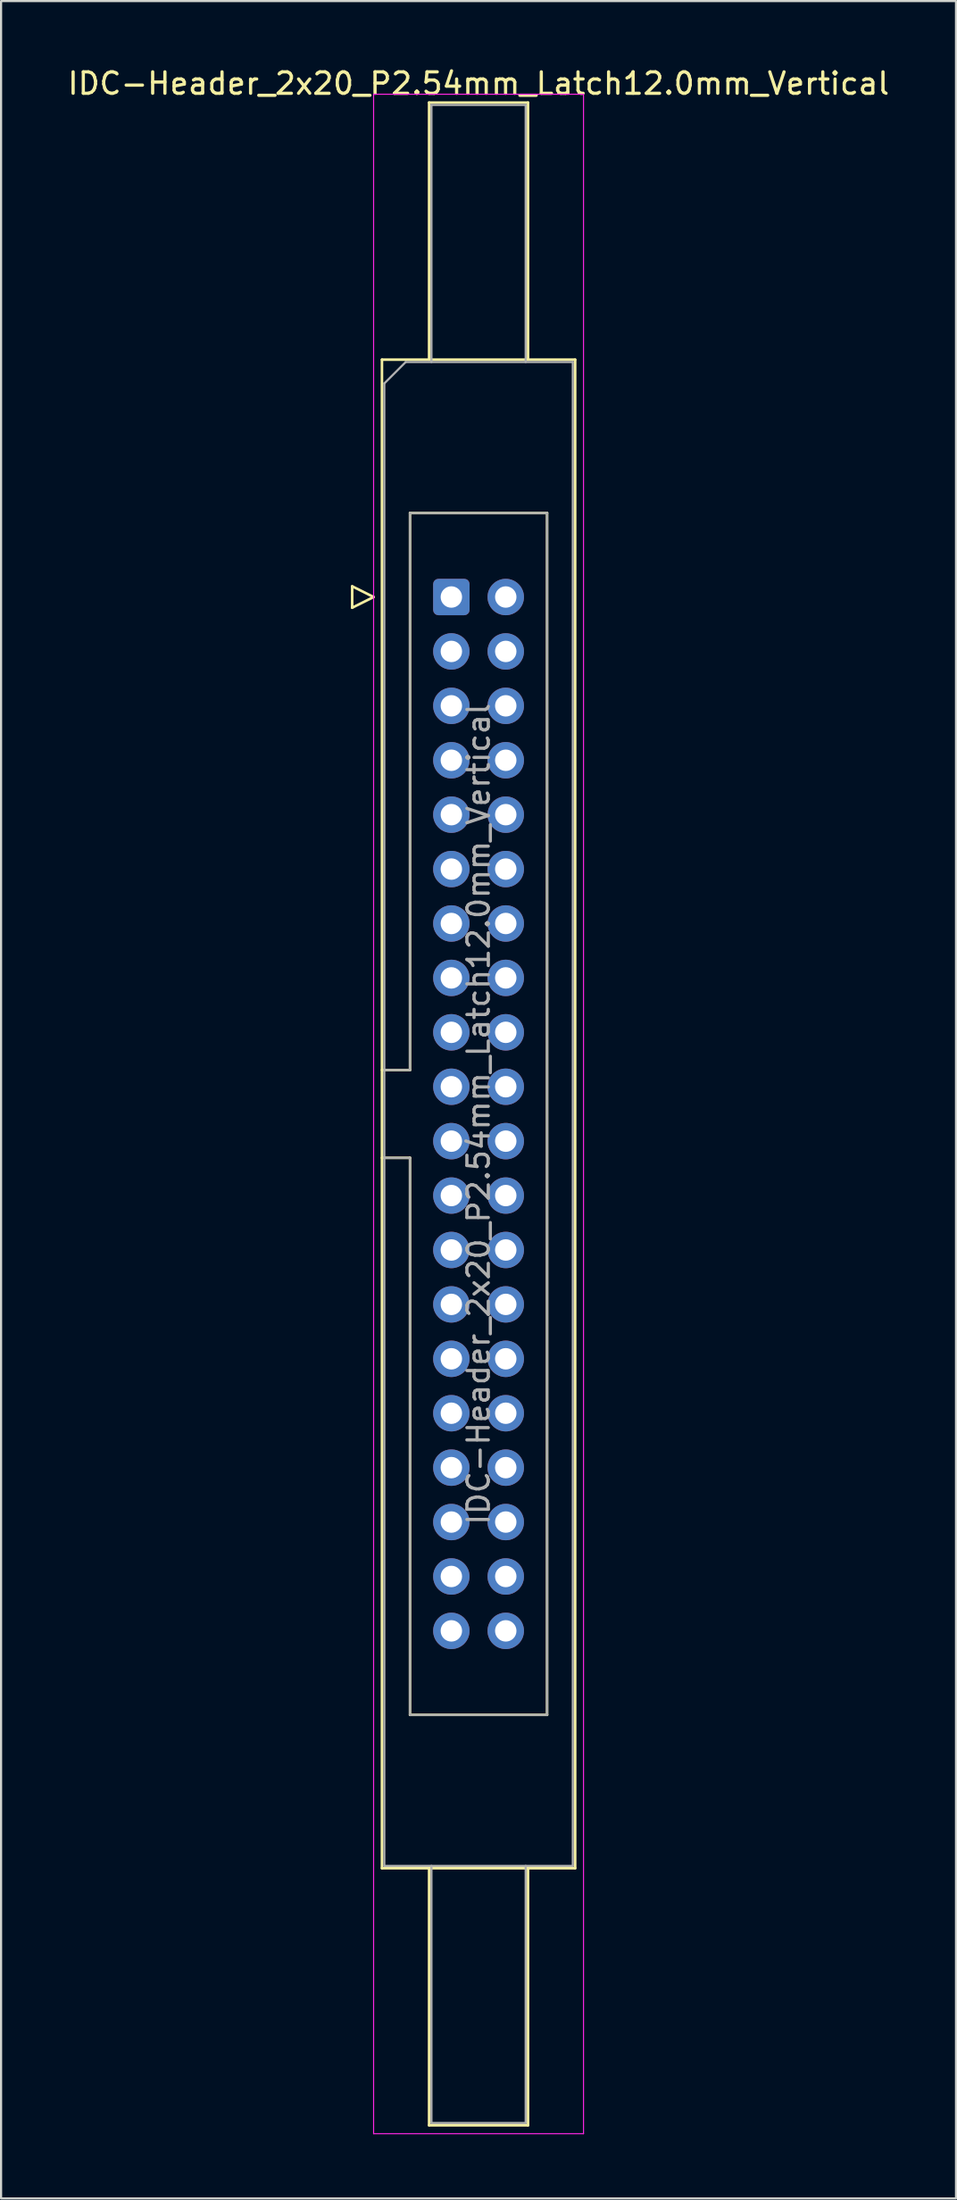
<source format=kicad_pcb>
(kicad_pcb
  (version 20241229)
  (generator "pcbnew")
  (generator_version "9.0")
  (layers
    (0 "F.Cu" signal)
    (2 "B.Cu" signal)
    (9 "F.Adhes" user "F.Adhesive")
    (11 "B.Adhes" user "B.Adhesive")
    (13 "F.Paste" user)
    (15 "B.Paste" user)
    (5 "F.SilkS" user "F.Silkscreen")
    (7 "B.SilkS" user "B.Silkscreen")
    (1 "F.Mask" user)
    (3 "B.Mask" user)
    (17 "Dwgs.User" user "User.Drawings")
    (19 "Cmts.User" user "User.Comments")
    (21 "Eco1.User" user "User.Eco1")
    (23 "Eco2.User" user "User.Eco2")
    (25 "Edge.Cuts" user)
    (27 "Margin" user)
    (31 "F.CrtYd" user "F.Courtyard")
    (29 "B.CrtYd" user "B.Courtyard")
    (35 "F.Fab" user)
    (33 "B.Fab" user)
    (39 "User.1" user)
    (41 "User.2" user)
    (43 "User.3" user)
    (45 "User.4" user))
  (footprint "IDC-Header_2x20_P2.54mm_Latch12.0mm_Vertical"
    (layer "F.Cu")
    (at 18.022 24.818)
    (property "Reference" "IDC-Header_2x20_P2.54mm_Latch12.0mm_Vertical" (at 1.27 -23.97 0) (layer "F.SilkS") (effects (font (size 1 1) (thickness 0.15))))
    (attr through_hole)
    (fp_line (start -4.63 -0.5) (end -4.63 0.5) (stroke (width 0.12) (type solid)) (layer "F.SilkS"))
    (fp_line (start -4.63 0.5) (end -3.63 0) (stroke (width 0.12) (type solid)) (layer "F.SilkS"))
    (fp_line (start -3.63 0) (end -4.63 -0.5) (stroke (width 0.12) (type solid)) (layer "F.SilkS"))
    (fp_line (start -3.24 -11.08) (end 5.78 -11.08) (stroke (width 0.12) (type solid)) (layer "F.SilkS"))
    (fp_line (start -3.24 22.08) (end -1.93 22.08) (stroke (width 0.12) (type solid)) (layer "F.SilkS"))
    (fp_line (start -3.24 59.34) (end -3.24 -11.08) (stroke (width 0.12) (type solid)) (layer "F.SilkS"))
    (fp_line (start -1.93 -3.92) (end 4.47 -3.92) (stroke (width 0.12) (type solid)) (layer "F.SilkS"))
    (fp_line (start -1.93 22.08) (end -1.93 -3.92) (stroke (width 0.12) (type solid)) (layer "F.SilkS"))
    (fp_line (start -1.93 26.18) (end -3.24 26.18) (stroke (width 0.12) (type solid)) (layer "F.SilkS"))
    (fp_line (start -1.93 26.18) (end -1.93 26.18) (stroke (width 0.12) (type solid)) (layer "F.SilkS"))
    (fp_line (start -1.93 52.18) (end -1.93 26.18) (stroke (width 0.12) (type solid)) (layer "F.SilkS"))
    (fp_line (start -1.04 -23.08) (end 3.58 -23.08) (stroke (width 0.12) (type solid)) (layer "F.SilkS"))
    (fp_line (start -1.04 -11.08) (end -1.04 -23.08) (stroke (width 0.12) (type solid)) (layer "F.SilkS"))
    (fp_line (start -1.04 59.34) (end -1.04 71.34) (stroke (width 0.12) (type solid)) (layer "F.SilkS"))
    (fp_line (start -1.04 71.34) (end 3.58 71.34) (stroke (width 0.12) (type solid)) (layer "F.SilkS"))
    (fp_line (start 3.58 -23.08) (end 3.58 -11.08) (stroke (width 0.12) (type solid)) (layer "F.SilkS"))
    (fp_line (start 3.58 71.34) (end 3.58 59.34) (stroke (width 0.12) (type solid)) (layer "F.SilkS"))
    (fp_line (start 4.47 -3.92) (end 4.47 52.18) (stroke (width 0.12) (type solid)) (layer "F.SilkS"))
    (fp_line (start 4.47 52.18) (end -1.93 52.18) (stroke (width 0.12) (type solid)) (layer "F.SilkS"))
    (fp_line (start 5.78 -11.08) (end 5.78 59.34) (stroke (width 0.12) (type solid)) (layer "F.SilkS"))
    (fp_line (start 5.78 59.34) (end -3.24 59.34) (stroke (width 0.12) (type solid)) (layer "F.SilkS"))
    (fp_line (start -3.63 -23.47) (end -3.63 71.73) (stroke (width 0.05) (type solid)) (layer "F.CrtYd"))
    (fp_line (start -3.63 71.73) (end 6.17 71.73) (stroke (width 0.05) (type solid)) (layer "F.CrtYd"))
    (fp_line (start 6.17 -23.47) (end -3.63 -23.47) (stroke (width 0.05) (type solid)) (layer "F.CrtYd"))
    (fp_line (start 6.17 71.73) (end 6.17 -23.47) (stroke (width 0.05) (type solid)) (layer "F.CrtYd"))
    (fp_line (start -3.13 -9.97) (end -2.13 -10.97) (stroke (width 0.1) (type solid)) (layer "F.Fab"))
    (fp_line (start -3.13 22.08) (end -1.93 22.08) (stroke (width 0.1) (type solid)) (layer "F.Fab"))
    (fp_line (start -3.13 59.23) (end -3.13 -9.97) (stroke (width 0.1) (type solid)) (layer "F.Fab"))
    (fp_line (start -2.13 -10.97) (end 5.67 -10.97) (stroke (width 0.1) (type solid)) (layer "F.Fab"))
    (fp_line (start -1.93 -3.92) (end 4.47 -3.92) (stroke (width 0.1) (type solid)) (layer "F.Fab"))
    (fp_line (start -1.93 22.08) (end -1.93 -3.92) (stroke (width 0.1) (type solid)) (layer "F.Fab"))
    (fp_line (start -1.93 26.18) (end -3.13 26.18) (stroke (width 0.1) (type solid)) (layer "F.Fab"))
    (fp_line (start -1.93 26.18) (end -1.93 26.18) (stroke (width 0.1) (type solid)) (layer "F.Fab"))
    (fp_line (start -1.93 52.18) (end -1.93 26.18) (stroke (width 0.1) (type solid)) (layer "F.Fab"))
    (fp_line (start -0.93 -22.97) (end 3.47 -22.97) (stroke (width 0.1) (type solid)) (layer "F.Fab"))
    (fp_line (start -0.93 -10.97) (end -0.93 -22.97) (stroke (width 0.1) (type solid)) (layer "F.Fab"))
    (fp_line (start -0.93 59.23) (end -0.93 71.23) (stroke (width 0.1) (type solid)) (layer "F.Fab"))
    (fp_line (start -0.93 71.23) (end 3.47 71.23) (stroke (width 0.1) (type solid)) (layer "F.Fab"))
    (fp_line (start 3.47 -22.97) (end 3.47 -10.97) (stroke (width 0.1) (type solid)) (layer "F.Fab"))
    (fp_line (start 3.47 71.23) (end 3.47 59.23) (stroke (width 0.1) (type solid)) (layer "F.Fab"))
    (fp_line (start 4.47 -3.92) (end 4.47 52.18) (stroke (width 0.1) (type solid)) (layer "F.Fab"))
    (fp_line (start 4.47 52.18) (end -1.93 52.18) (stroke (width 0.1) (type solid)) (layer "F.Fab"))
    (fp_line (start 5.67 -10.97) (end 5.67 59.23) (stroke (width 0.1) (type solid)) (layer "F.Fab"))
    (fp_line (start 5.67 59.23) (end -3.13 59.23) (stroke (width 0.1) (type solid)) (layer "F.Fab"))
    (fp_text user "${REFERENCE}" (at 1.27 24.13 90) (layer "F.Fab") (effects (font (size 1 1) (thickness 0.15))))
    (pad "1" thru_hole roundrect (at 0 0) (size 1.7 1.7) (drill 1) (layers "*.Cu" "*.Mask") (roundrect_rratio 0.147))
    (pad "2" thru_hole circle (at 2.54 0) (size 1.7 1.7) (drill 1) (layers "*.Cu" "*.Mask"))
    (pad "3" thru_hole circle (at 0 2.54) (size 1.7 1.7) (drill 1) (layers "*.Cu" "*.Mask"))
    (pad "4" thru_hole circle (at 2.54 2.54) (size 1.7 1.7) (drill 1) (layers "*.Cu" "*.Mask"))
    (pad "5" thru_hole circle (at 0 5.08) (size 1.7 1.7) (drill 1) (layers "*.Cu" "*.Mask"))
    (pad "6" thru_hole circle (at 2.54 5.08) (size 1.7 1.7) (drill 1) (layers "*.Cu" "*.Mask"))
    (pad "7" thru_hole circle (at 0 7.62) (size 1.7 1.7) (drill 1) (layers "*.Cu" "*.Mask"))
    (pad "8" thru_hole circle (at 2.54 7.62) (size 1.7 1.7) (drill 1) (layers "*.Cu" "*.Mask"))
    (pad "9" thru_hole circle (at 0 10.16) (size 1.7 1.7) (drill 1) (layers "*.Cu" "*.Mask"))
    (pad "10" thru_hole circle (at 2.54 10.16) (size 1.7 1.7) (drill 1) (layers "*.Cu" "*.Mask"))
    (pad "11" thru_hole circle (at 0 12.7) (size 1.7 1.7) (drill 1) (layers "*.Cu" "*.Mask"))
    (pad "12" thru_hole circle (at 2.54 12.7) (size 1.7 1.7) (drill 1) (layers "*.Cu" "*.Mask"))
    (pad "13" thru_hole circle (at 0 15.24) (size 1.7 1.7) (drill 1) (layers "*.Cu" "*.Mask"))
    (pad "14" thru_hole circle (at 2.54 15.24) (size 1.7 1.7) (drill 1) (layers "*.Cu" "*.Mask"))
    (pad "15" thru_hole circle (at 0 17.78) (size 1.7 1.7) (drill 1) (layers "*.Cu" "*.Mask"))
    (pad "16" thru_hole circle (at 2.54 17.78) (size 1.7 1.7) (drill 1) (layers "*.Cu" "*.Mask"))
    (pad "17" thru_hole circle (at 0 20.32) (size 1.7 1.7) (drill 1) (layers "*.Cu" "*.Mask"))
    (pad "18" thru_hole circle (at 2.54 20.32) (size 1.7 1.7) (drill 1) (layers "*.Cu" "*.Mask"))
    (pad "19" thru_hole circle (at 0 22.86) (size 1.7 1.7) (drill 1) (layers "*.Cu" "*.Mask"))
    (pad "20" thru_hole circle (at 2.54 22.86) (size 1.7 1.7) (drill 1) (layers "*.Cu" "*.Mask"))
    (pad "21" thru_hole circle (at 0 25.4) (size 1.7 1.7) (drill 1) (layers "*.Cu" "*.Mask"))
    (pad "22" thru_hole circle (at 2.54 25.4) (size 1.7 1.7) (drill 1) (layers "*.Cu" "*.Mask"))
    (pad "23" thru_hole circle (at 0 27.94) (size 1.7 1.7) (drill 1) (layers "*.Cu" "*.Mask"))
    (pad "24" thru_hole circle (at 2.54 27.94) (size 1.7 1.7) (drill 1) (layers "*.Cu" "*.Mask"))
    (pad "25" thru_hole circle (at 0 30.48) (size 1.7 1.7) (drill 1) (layers "*.Cu" "*.Mask"))
    (pad "26" thru_hole circle (at 2.54 30.48) (size 1.7 1.7) (drill 1) (layers "*.Cu" "*.Mask"))
    (pad "27" thru_hole circle (at 0 33.02) (size 1.7 1.7) (drill 1) (layers "*.Cu" "*.Mask"))
    (pad "28" thru_hole circle (at 2.54 33.02) (size 1.7 1.7) (drill 1) (layers "*.Cu" "*.Mask"))
    (pad "29" thru_hole circle (at 0 35.56) (size 1.7 1.7) (drill 1) (layers "*.Cu" "*.Mask"))
    (pad "30" thru_hole circle (at 2.54 35.56) (size 1.7 1.7) (drill 1) (layers "*.Cu" "*.Mask"))
    (pad "31" thru_hole circle (at 0 38.1) (size 1.7 1.7) (drill 1) (layers "*.Cu" "*.Mask"))
    (pad "32" thru_hole circle (at 2.54 38.1) (size 1.7 1.7) (drill 1) (layers "*.Cu" "*.Mask"))
    (pad "33" thru_hole circle (at 0 40.64) (size 1.7 1.7) (drill 1) (layers "*.Cu" "*.Mask"))
    (pad "34" thru_hole circle (at 2.54 40.64) (size 1.7 1.7) (drill 1) (layers "*.Cu" "*.Mask"))
    (pad "35" thru_hole circle (at 0 43.18) (size 1.7 1.7) (drill 1) (layers "*.Cu" "*.Mask"))
    (pad "36" thru_hole circle (at 2.54 43.18) (size 1.7 1.7) (drill 1) (layers "*.Cu" "*.Mask"))
    (pad "37" thru_hole circle (at 0 45.72) (size 1.7 1.7) (drill 1) (layers "*.Cu" "*.Mask"))
    (pad "38" thru_hole circle (at 2.54 45.72) (size 1.7 1.7) (drill 1) (layers "*.Cu" "*.Mask"))
    (pad "39" thru_hole circle (at 0 48.26) (size 1.7 1.7) (drill 1) (layers "*.Cu" "*.Mask"))
    (pad "40" thru_hole circle (at 2.54 48.26) (size 1.7 1.7) (drill 1) (layers "*.Cu" "*.Mask")))
  (gr_rect
    (start -3 -3)
    (end 41.583 99.573)
    (stroke (width 0.1) (type default))
    (fill no)
    (layer "Edge.Cuts")))
</source>
